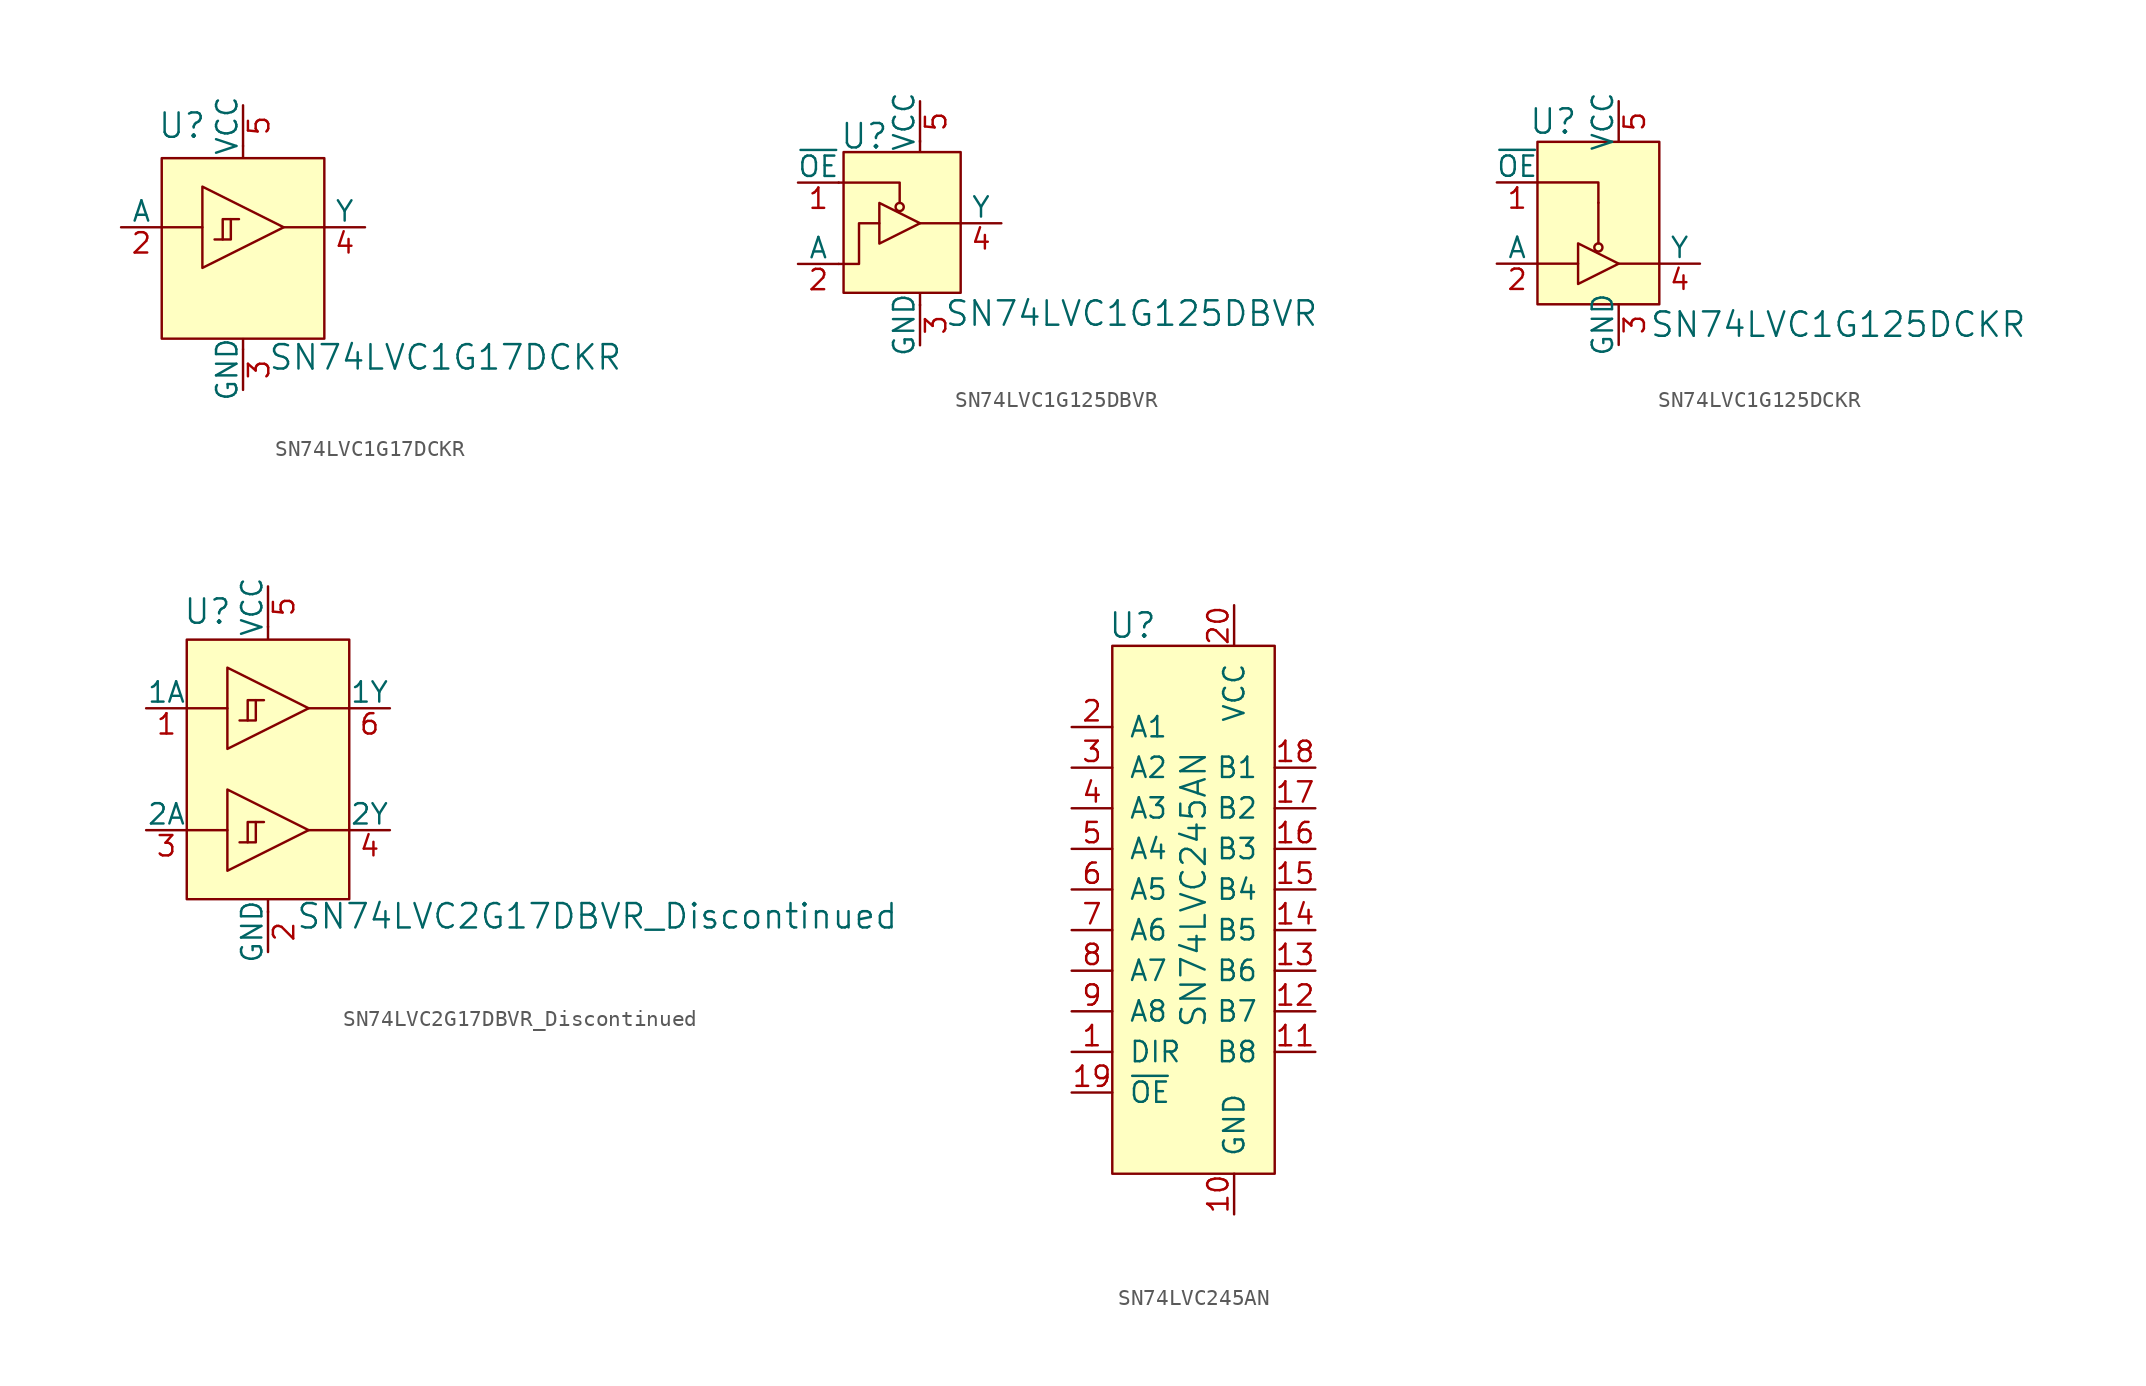
<source format=kicad_sym>
(kicad_symbol_lib
  (version 20201005)
  (generator kicad_symbol_editor)
  (symbol "SN74LVC1G17DCKR"
    (pin_names
      (offset 0))
    (property "Reference" "U"
      (at -3.81 3.81 0)
      (effects (font (size 1.524 1.524))))
    (property "Value" "SN74LVC1G17DCKR"
      (at 1.549 -10.668 0)
      (effects (font (size 1.524 1.524)) (justify left)))
    (symbol "SN74LVC1G17DCKR_0_1"
      (rectangle (start -5.08 1.778) (end 5.08 -9.5) (stroke (width 0)) (fill (type background)))
      (polyline (pts (xy -2.54 -2.54) (xy -5.08 -2.54)) (stroke (width 0)) (fill (type none)))
      (polyline (pts (xy 0 -10.16) (xy 0 -9.525)) (stroke (width 0)) (fill (type none)))
      (polyline (pts (xy 0 2.54) (xy 0 1.803)) (stroke (width 0)) (fill (type none)))
      (polyline (pts (xy 2.54 -2.54) (xy 5.08 -2.54)) (stroke (width 0)) (fill (type none)))
      (polyline (pts (xy -2.54 0) (xy -2.54 -5.08) (xy 2.54 -2.54) (xy -2.54 0)) (stroke (width 0)) (fill (type background)))
      (polyline (pts (xy -0.762 -2.032) (xy -1.27 -2.032) (xy -1.27 -3.302) (xy -1.778 -3.302)) (stroke (width 0)) (fill (type none)))
      (polyline (pts (xy -0.254 -2.032) (xy -0.762 -2.032) (xy -0.762 -3.302) (xy -1.27 -3.302)) (stroke (width 0)) (fill (type none))))
    (symbol "SN74LVC1G17DCKR_1_1"
      (pin no_connect line (at -5.08 -7.62 0) (length 2.54) hide (name "NC" (effects (font (size 1.27 1.27)))) (number "1" (effects (font (size 1.27 1.27)))))
      (pin input line (at -7.62 -2.54 0) (length 2.54) (name "A" (effects (font (size 1.27 1.27)))) (number "2" (effects (font (size 1.27 1.27)))))
      (pin power_in line (at 0 -12.7 90) (length 2.54) (name "GND" (effects (font (size 1.27 1.27)))) (number "3" (effects (font (size 1.27 1.27)))))
      (pin output line (at 7.62 -2.54 180) (length 2.54) (name "Y" (effects (font (size 1.27 1.27)))) (number "4" (effects (font (size 1.27 1.27)))))
      (pin output line (at 0 5.08 270) (length 2.54) (name "VCC" (effects (font (size 1.27 1.27)))) (number "5" (effects (font (size 1.27 1.27)))))))
  (symbol "SN74LVC1G125DBVR"
    (pin_names
      (offset 0))
    (property "Reference" "U"
      (at -5.029 5.436 0)
      (effects (font (size 1.524 1.524)) (justify left)))
    (property "Value" "SN74LVC1G125DBVR"
      (at 1.499 -5.639 0)
      (effects (font (size 1.524 1.524)) (justify left)))
    (symbol "SN74LVC1G125DBVR_0_1"
      (circle (center -1.27 1.016) (radius 0.254) (stroke (width 0)) (fill (type none)))
      (rectangle (start -4.775 4.445) (end 2.54 -4.343) (stroke (width 0)) (fill (type background)))
      (polyline (pts (xy 0 -5.131) (xy 0 -4.369)) (stroke (width 0)) (fill (type none)))
      (polyline (pts (xy 0 0) (xy 2.54 0)) (stroke (width 0)) (fill (type none)))
      (polyline (pts (xy 0 5.156) (xy 0 4.47)) (stroke (width 0)) (fill (type none)))
      (polyline (pts (xy -1.27 1.27) (xy -1.27 2.54) (xy -5.08 2.54)) (stroke (width 0)) (fill (type none)))
      (polyline (pts (xy -5.08 -2.54) (xy -3.81 -2.54) (xy -3.81 0) (xy -2.54 0)) (stroke (width 0)) (fill (type none)))
      (polyline (pts (xy -2.54 1.27) (xy -2.54 -1.27) (xy 0 0) (xy -2.54 1.27)) (stroke (width 0)) (fill (type none))))
    (symbol "SN74LVC1G125DBVR_1_1"
      (pin input line (at -7.62 2.54 0) (length 2.54) (name "~OE" (effects (font (size 1.27 1.27)))) (number "1" (effects (font (size 1.27 1.27)))))
      (pin input line (at -7.62 -2.54 0) (length 2.54) (name "A" (effects (font (size 1.27 1.27)))) (number "2" (effects (font (size 1.27 1.27)))))
      (pin power_in line (at 0 -7.62 90) (length 2.54) (name "GND" (effects (font (size 1.27 1.27)))) (number "3" (effects (font (size 1.27 1.27)))))
      (pin output line (at 5.08 0 180) (length 2.54) (name "Y" (effects (font (size 1.27 1.27)))) (number "4" (effects (font (size 1.27 1.27)))))
      (pin power_in line (at 0 7.62 270) (length 2.54) (name "VCC" (effects (font (size 1.27 1.27)))) (number "5" (effects (font (size 1.27 1.27)))))))
  (symbol "SN74LVC1G125DCKR"
    (pin_names
      (offset 0))
    (property "Reference" "U"
      (at -2.54 6.35 0)
      (effects (font (size 1.524 1.524)) (justify right)))
    (property "Value" "SN74LVC1G125DCKR"
      (at 1.905 -6.35 0)
      (effects (font (size 1.524 1.524)) (justify left)))
    (symbol "SN74LVC1G125DCKR_0_1"
      (circle (center -1.27 -1.524) (radius 0.254) (stroke (width 0)) (fill (type none)))
      (rectangle (start -5.08 5.08) (end 2.54 -5.08) (stroke (width 0)) (fill (type background)))
      (polyline (pts (xy -1.27 1.27) (xy -1.27 -1.27)) (stroke (width 0)) (fill (type none)))
      (polyline (pts (xy 0 -2.54) (xy 2.54 -2.54)) (stroke (width 0)) (fill (type none)))
      (polyline (pts (xy -5.08 2.54) (xy -1.27 2.54) (xy -1.27 1.27)) (stroke (width 0)) (fill (type none)))
      (polyline (pts (xy -2.54 -2.54) (xy -3.81 -2.54) (xy -5.08 -2.54)) (stroke (width 0)) (fill (type none)))
      (polyline (pts (xy -2.54 -1.27) (xy -2.54 -3.81) (xy 0 -2.54) (xy -2.54 -1.27)) (stroke (width 0)) (fill (type none))))
    (symbol "SN74LVC1G125DCKR_1_1"
      (pin input line (at -7.62 2.54 0) (length 2.54) (name "~OE" (effects (font (size 1.27 1.27)))) (number "1" (effects (font (size 1.27 1.27)))))
      (pin input line (at -7.62 -2.54 0) (length 2.54) (name "A" (effects (font (size 1.27 1.27)))) (number "2" (effects (font (size 1.27 1.27)))))
      (pin power_in line (at 0 -7.62 90) (length 2.54) (name "GND" (effects (font (size 1.27 1.27)))) (number "3" (effects (font (size 1.27 1.27)))))
      (pin output line (at 5.08 -2.54 180) (length 2.54) (name "Y" (effects (font (size 1.27 1.27)))) (number "4" (effects (font (size 1.27 1.27)))))
      (pin power_in line (at 0 7.62 270) (length 2.54) (name "VCC" (effects (font (size 1.27 1.27)))) (number "5" (effects (font (size 1.27 1.27)))))))
  (symbol "SN74LVC2G17DBVR_Discontinued"
    (pin_names
      (offset 0))
    (property "Reference" "U"
      (at -5.334 8.585 0)
      (effects (font (size 1.524 1.524)) (justify left)))
    (property "Value" "SN74LVC2G17DBVR_Discontinued"
      (at 1.727 -10.465 0)
      (effects (font (size 1.524 1.524)) (justify left)))
    (symbol "SN74LVC2G17DBVR_Discontinued_0_1"
      (rectangle (start -5.08 6.833) (end 5.08 -9.398) (stroke (width 0)) (fill (type background)))
      (polyline (pts (xy -5.08 2.54) (xy -2.54 2.54)) (stroke (width 0)) (fill (type none)))
      (polyline (pts (xy -2.54 -5.08) (xy -5.08 -5.08)) (stroke (width 0)) (fill (type none)))
      (polyline (pts (xy 0 -10.211) (xy 0 -9.423)) (stroke (width 0)) (fill (type none)))
      (polyline (pts (xy 0 7.645) (xy 0 6.883)) (stroke (width 0)) (fill (type none)))
      (polyline (pts (xy 5.08 -5.08) (xy 2.54 -5.08)) (stroke (width 0)) (fill (type none)))
      (polyline (pts (xy 5.08 2.54) (xy 2.54 2.54)) (stroke (width 0)) (fill (type none)))
      (polyline (pts (xy -2.54 -2.54) (xy -2.54 -7.62) (xy 2.54 -5.08) (xy -2.54 -2.54)) (stroke (width 0)) (fill (type none)))
      (polyline (pts (xy -2.54 5.08) (xy -2.54 0) (xy 2.54 2.54) (xy -2.54 5.08)) (stroke (width 0)) (fill (type none)))
      (polyline (pts (xy -0.762 -4.572) (xy -1.27 -4.572) (xy -1.27 -5.842) (xy -1.778 -5.842)) (stroke (width 0)) (fill (type none)))
      (polyline (pts (xy -0.762 3.048) (xy -1.27 3.048) (xy -1.27 1.778) (xy -1.778 1.778)) (stroke (width 0)) (fill (type none)))
      (polyline (pts (xy -0.254 -4.572) (xy -0.762 -4.572) (xy -0.762 -5.842) (xy -1.27 -5.842)) (stroke (width 0)) (fill (type none)))
      (polyline (pts (xy -0.254 3.048) (xy -0.762 3.048) (xy -0.762 1.778) (xy -1.27 1.778)) (stroke (width 0)) (fill (type none))))
    (symbol "SN74LVC2G17DBVR_Discontinued_1_1"
      (pin input line (at -7.62 2.54 0) (length 2.54) (name "1A" (effects (font (size 1.27 1.27)))) (number "1" (effects (font (size 1.27 1.27)))))
      (pin power_in line (at 0 -12.7 90) (length 2.54) (name "GND" (effects (font (size 1.27 1.27)))) (number "2" (effects (font (size 1.27 1.27)))))
      (pin input line (at -7.62 -5.08 0) (length 2.54) (name "2A" (effects (font (size 1.27 1.27)))) (number "3" (effects (font (size 1.27 1.27)))))
      (pin output line (at 7.62 -5.08 180) (length 2.54) (name "2Y" (effects (font (size 1.27 1.27)))) (number "4" (effects (font (size 1.27 1.27)))))
      (pin power_in line (at 0 10.16 270) (length 2.54) (name "VCC" (effects (font (size 1.27 1.27)))) (number "5" (effects (font (size 1.27 1.27)))))
      (pin output line (at 7.62 2.54 180) (length 2.54) (name "1Y" (effects (font (size 1.27 1.27)))) (number "6" (effects (font (size 1.27 1.27)))))))
  (symbol "SN74LVC245AN"
    (pin_names
      (offset 1.016))
    (property "Reference" "U"
      (at -6.35 6.35 0)
      (effects (font (size 1.524 1.524))))
    (property "Value" "SN74LVC245AN"
      (at -2.54 -10.16 90)
      (effects (font (size 1.524 1.524))))
    (symbol "SN74LVC245AN_0_1"
      (rectangle (start -7.62 5.08) (end 2.54 -27.94) (stroke (width 0)) (fill (type background))))
    (symbol "SN74LVC245AN_1_1"
      (pin input line (at -10.16 -20.32 0) (length 2.54) (name "DIR" (effects (font (size 1.27 1.27)))) (number "1" (effects (font (size 1.27 1.27)))))
      (pin bidirectional line (at -10.16 0 0) (length 2.54) (name "A1" (effects (font (size 1.27 1.27)))) (number "2" (effects (font (size 1.27 1.27)))))
      (pin bidirectional line (at -10.16 -2.54 0) (length 2.54) (name "A2" (effects (font (size 1.27 1.27)))) (number "3" (effects (font (size 1.27 1.27)))))
      (pin bidirectional line (at -10.16 -5.08 0) (length 2.54) (name "A3" (effects (font (size 1.27 1.27)))) (number "4" (effects (font (size 1.27 1.27)))))
      (pin bidirectional line (at -10.16 -7.62 0) (length 2.54) (name "A4" (effects (font (size 1.27 1.27)))) (number "5" (effects (font (size 1.27 1.27)))))
      (pin bidirectional line (at -10.16 -10.16 0) (length 2.54) (name "A5" (effects (font (size 1.27 1.27)))) (number "6" (effects (font (size 1.27 1.27)))))
      (pin bidirectional line (at -10.16 -12.7 0) (length 2.54) (name "A6" (effects (font (size 1.27 1.27)))) (number "7" (effects (font (size 1.27 1.27)))))
      (pin bidirectional line (at -10.16 -15.24 0) (length 2.54) (name "A7" (effects (font (size 1.27 1.27)))) (number "8" (effects (font (size 1.27 1.27)))))
      (pin bidirectional line (at -10.16 -17.78 0) (length 2.54) (name "A8" (effects (font (size 1.27 1.27)))) (number "9" (effects (font (size 1.27 1.27)))))
      (pin power_in line (at 0 -30.48 90) (length 2.54) (name "GND" (effects (font (size 1.27 1.27)))) (number "10" (effects (font (size 1.27 1.27)))))
      (pin power_in line (at 0 7.62 270) (length 2.54) (name "VCC" (effects (font (size 1.27 1.27)))) (number "20" (effects (font (size 1.27 1.27)))))
      (pin bidirectional line (at 5.08 -20.32 180) (length 2.54) (name "B8" (effects (font (size 1.27 1.27)))) (number "11" (effects (font (size 1.27 1.27)))))
      (pin bidirectional line (at 5.08 -17.78 180) (length 2.54) (name "B7" (effects (font (size 1.27 1.27)))) (number "12" (effects (font (size 1.27 1.27)))))
      (pin bidirectional line (at 5.08 -15.24 180) (length 2.54) (name "B6" (effects (font (size 1.27 1.27)))) (number "13" (effects (font (size 1.27 1.27)))))
      (pin bidirectional line (at 5.08 -12.7 180) (length 2.54) (name "B5" (effects (font (size 1.27 1.27)))) (number "14" (effects (font (size 1.27 1.27)))))
      (pin bidirectional line (at 5.08 -10.16 180) (length 2.54) (name "B4" (effects (font (size 1.27 1.27)))) (number "15" (effects (font (size 1.27 1.27)))))
      (pin bidirectional line (at 5.08 -7.62 180) (length 2.54) (name "B3" (effects (font (size 1.27 1.27)))) (number "16" (effects (font (size 1.27 1.27)))))
      (pin bidirectional line (at 5.08 -5.08 180) (length 2.54) (name "B2" (effects (font (size 1.27 1.27)))) (number "17" (effects (font (size 1.27 1.27)))))
      (pin bidirectional line (at 5.08 -2.54 180) (length 2.54) (name "B1" (effects (font (size 1.27 1.27)))) (number "18" (effects (font (size 1.27 1.27)))))
      (pin input line (at -10.16 -22.86 0) (length 2.54) (name "~OE" (effects (font (size 1.27 1.27)))) (number "19" (effects (font (size 1.27 1.27))))))))
</source>
